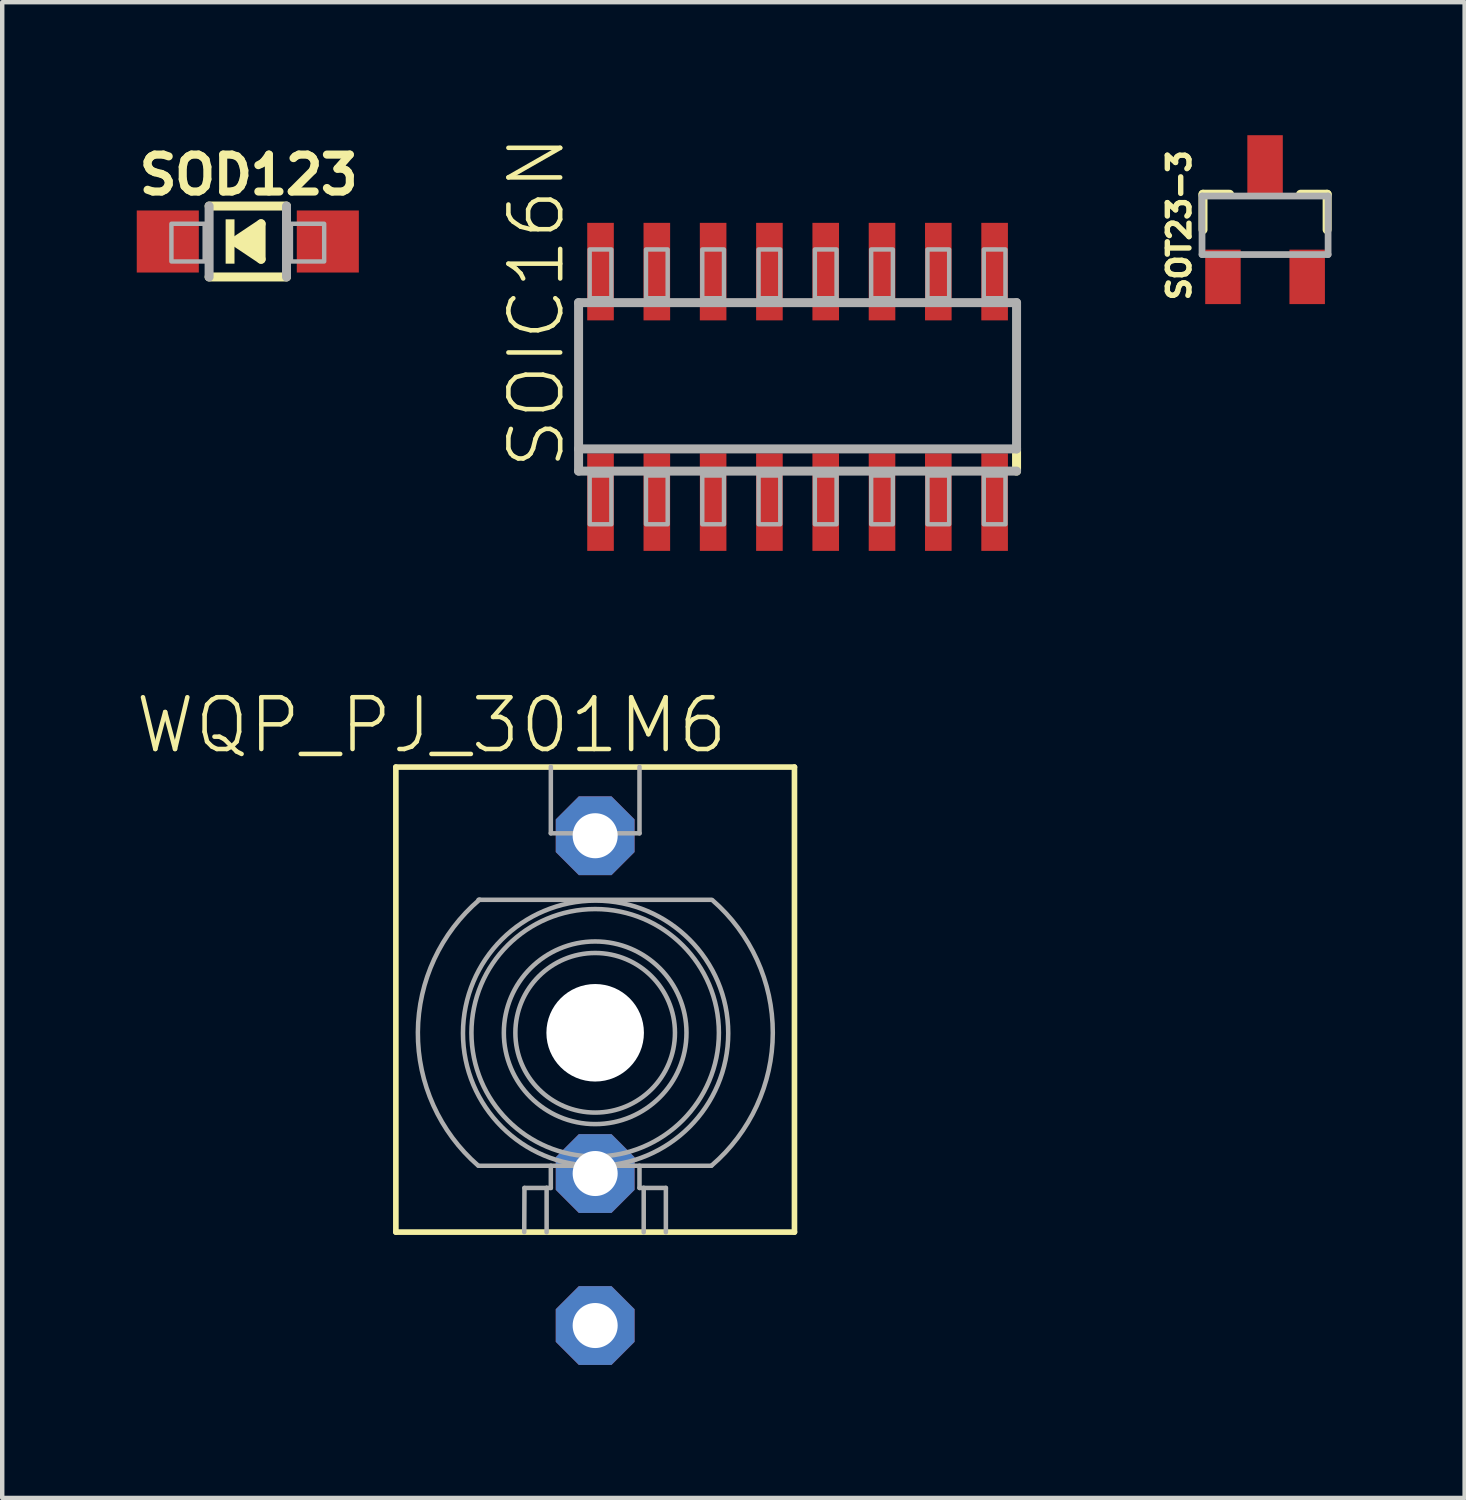
<source format=kicad_pcb>
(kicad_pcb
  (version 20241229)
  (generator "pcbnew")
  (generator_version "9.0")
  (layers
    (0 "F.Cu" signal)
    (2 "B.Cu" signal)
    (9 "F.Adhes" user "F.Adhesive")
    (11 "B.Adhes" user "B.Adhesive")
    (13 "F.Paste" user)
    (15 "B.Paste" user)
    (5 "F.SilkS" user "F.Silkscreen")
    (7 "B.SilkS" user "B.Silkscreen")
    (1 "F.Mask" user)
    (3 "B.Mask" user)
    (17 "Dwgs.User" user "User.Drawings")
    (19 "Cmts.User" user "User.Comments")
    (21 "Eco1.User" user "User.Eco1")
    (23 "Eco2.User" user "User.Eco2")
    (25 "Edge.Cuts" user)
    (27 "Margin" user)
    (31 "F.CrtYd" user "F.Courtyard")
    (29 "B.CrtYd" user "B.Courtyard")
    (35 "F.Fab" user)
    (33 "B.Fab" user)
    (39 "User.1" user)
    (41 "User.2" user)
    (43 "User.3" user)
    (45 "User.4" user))
  (footprint "SOT23-3"
    (layer "F.Cu")
    (at 25.488 2.032)
    (property "Reference" "SOT23-3" (at -1.651 0 90) (layer "F.SilkS") (effects (font (size 0.488 0.488) (thickness 0.122)) (justify bottom)))
    (fp_line (start -1.4 -0.7) (end -1.4 0.1) (stroke (width 0.203) (type solid)) (layer "F.SilkS"))
    (fp_line (start -0.8 -0.7) (end -1.4 -0.7) (stroke (width 0.203) (type solid)) (layer "F.SilkS"))
    (fp_line (start 0.8 -0.7) (end 1.4 -0.7) (stroke (width 0.203) (type solid)) (layer "F.SilkS"))
    (fp_line (start 1.4 -0.7) (end 1.4 0.1) (stroke (width 0.203) (type solid)) (layer "F.SilkS"))
    (fp_line (start -1.422 -0.66) (end 1.422 -0.66) (stroke (width 0.152) (type solid)) (layer "F.Fab"))
    (fp_line (start -1.422 0.66) (end -1.422 -0.66) (stroke (width 0.152) (type solid)) (layer "F.Fab"))
    (fp_line (start 1.422 -0.66) (end 1.422 0.66) (stroke (width 0.152) (type solid)) (layer "F.Fab"))
    (fp_line (start 1.422 0.66) (end -1.422 0.66) (stroke (width 0.152) (type solid)) (layer "F.Fab"))
    (pad "1" smd rect (at -0.95 1.164) (size 0.8 1.228) (layers "F.Cu" "F.Mask" "F.Paste"))
    (pad "2" smd rect (at 0.95 1.164) (size 0.8 1.228) (layers "F.Cu" "F.Mask" "F.Paste"))
    (pad "3" smd rect (at 0 -1.341) (size 0.8 1.382) (layers "F.Cu" "F.Mask" "F.Paste")))
  (footprint "SOD123"
    (layer "F.Cu")
    (at 2.54 2.398)
    (property "Reference" "SOD123" (at -2.54 -1.016 0) (layer "F.SilkS") (effects (font (size 0.833 0.833) (thickness 0.183)) (justify left bottom)))
    (fp_line (start -0.873 -0.8) (end 0.873 -0.8) (stroke (width 0.203) (type solid)) (layer "F.SilkS"))
    (fp_line (start -0.3 0) (end 0.3 -0.4) (stroke (width 0.203) (type solid)) (layer "F.SilkS"))
    (fp_line (start 0.3 -0.4) (end 0.3 0.4) (stroke (width 0.203) (type solid)) (layer "F.SilkS"))
    (fp_line (start 0.3 0.4) (end -0.3 0) (stroke (width 0.203) (type solid)) (layer "F.SilkS"))
    (fp_line (start 0.873 0.8) (end -0.873 0.8) (stroke (width 0.203) (type solid)) (layer "F.SilkS"))
    (fp_poly (pts (xy 0.302 0.39) (xy -0.283 0) (xy 0.302 -0.39)) (stroke (width 0) (type solid)) (fill yes) (layer "F.SilkS"))
    (fp_poly (pts (xy -0.5 0.5) (xy -0.3 0.5) (xy -0.3 -0.5) (xy -0.5 -0.5)) (stroke (width 0) (type solid)) (fill yes) (layer "F.SilkS"))
    (fp_line (start -0.873 0.8) (end -0.873 -0.8) (stroke (width 0.203) (type solid)) (layer "F.Fab"))
    (fp_line (start 0.873 -0.8) (end 0.873 0.8) (stroke (width 0.203) (type solid)) (layer "F.Fab"))
    (fp_poly (pts (xy -1.723 0.45) (xy -0.973 0.45) (xy -0.973 -0.4) (xy -1.723 -0.4)) (stroke (width 0.1) (type solid)) (fill no) (layer "F.Fab"))
    (fp_poly (pts (xy 0.973 0.45) (xy 1.723 0.45) (xy 1.723 -0.4) (xy 0.973 -0.4)) (stroke (width 0.1) (type solid)) (fill no) (layer "F.Fab"))
    (pad "A" smd rect (at 1.805 0) (size 1.4 1.4) (layers "F.Cu" "F.Mask" "F.Paste"))
    (pad "C" smd rect (at -1.805 0) (size 1.4 1.4) (layers "F.Cu" "F.Mask" "F.Paste")))
  (footprint "SOIC16N"
    (layer "F.Cu")
    (at 14.942 5.677)
    (property "Reference" "SOIC16N" (at -5.207 1.905 90) (layer "F.SilkS") (effects (font (size 1.168 1.168) (thickness 0.102)) (justify left bottom)))
    (fp_line (start 4.94 1.4) (end 4.94 1.9) (stroke (width 0.203) (type solid)) (layer "F.SilkS"))
    (fp_line (start -4.94 -1.9) (end 4.94 -1.9) (stroke (width 0.203) (type solid)) (layer "F.Fab"))
    (fp_line (start -4.94 1.4) (end -4.94 -1.9) (stroke (width 0.203) (type solid)) (layer "F.Fab"))
    (fp_line (start -4.94 1.9) (end -4.94 1.4) (stroke (width 0.203) (type solid)) (layer "F.Fab"))
    (fp_line (start 4.94 -1.9) (end 4.94 1.4) (stroke (width 0.203) (type solid)) (layer "F.Fab"))
    (fp_line (start 4.94 1.4) (end -4.94 1.4) (stroke (width 0.203) (type solid)) (layer "F.Fab"))
    (fp_line (start 4.94 1.9) (end -4.94 1.9) (stroke (width 0.203) (type solid)) (layer "F.Fab"))
    (fp_poly (pts (xy -4.69 -2) (xy -4.2 -2) (xy -4.2 -3.1) (xy -4.69 -3.1)) (stroke (width 0.1) (type solid)) (fill no) (layer "F.Fab"))
    (fp_poly (pts (xy -4.69 3.1) (xy -4.2 3.1) (xy -4.2 2) (xy -4.69 2)) (stroke (width 0.1) (type solid)) (fill no) (layer "F.Fab"))
    (fp_poly (pts (xy -3.42 -2) (xy -2.93 -2) (xy -2.93 -3.1) (xy -3.42 -3.1)) (stroke (width 0.1) (type solid)) (fill no) (layer "F.Fab"))
    (fp_poly (pts (xy -3.42 3.1) (xy -2.93 3.1) (xy -2.93 2) (xy -3.42 2)) (stroke (width 0.1) (type solid)) (fill no) (layer "F.Fab"))
    (fp_poly (pts (xy -2.15 -2) (xy -1.66 -2) (xy -1.66 -3.1) (xy -2.15 -3.1)) (stroke (width 0.1) (type solid)) (fill no) (layer "F.Fab"))
    (fp_poly (pts (xy -2.15 3.1) (xy -1.66 3.1) (xy -1.66 2) (xy -2.15 2)) (stroke (width 0.1) (type solid)) (fill no) (layer "F.Fab"))
    (fp_poly (pts (xy -0.88 -2) (xy -0.39 -2) (xy -0.39 -3.1) (xy -0.88 -3.1)) (stroke (width 0.1) (type solid)) (fill no) (layer "F.Fab"))
    (fp_poly (pts (xy -0.88 3.1) (xy -0.39 3.1) (xy -0.39 2) (xy -0.88 2)) (stroke (width 0.1) (type solid)) (fill no) (layer "F.Fab"))
    (fp_poly (pts (xy 0.39 -2) (xy 0.88 -2) (xy 0.88 -3.1) (xy 0.39 -3.1)) (stroke (width 0.1) (type solid)) (fill no) (layer "F.Fab"))
    (fp_poly (pts (xy 0.39 3.1) (xy 0.88 3.1) (xy 0.88 2) (xy 0.39 2)) (stroke (width 0.1) (type solid)) (fill no) (layer "F.Fab"))
    (fp_poly (pts (xy 1.66 -2) (xy 2.15 -2) (xy 2.15 -3.1) (xy 1.66 -3.1)) (stroke (width 0.1) (type solid)) (fill no) (layer "F.Fab"))
    (fp_poly (pts (xy 1.66 3.1) (xy 2.15 3.1) (xy 2.15 2) (xy 1.66 2)) (stroke (width 0.1) (type solid)) (fill no) (layer "F.Fab"))
    (fp_poly (pts (xy 2.93 -2) (xy 3.42 -2) (xy 3.42 -3.1) (xy 2.93 -3.1)) (stroke (width 0.1) (type solid)) (fill no) (layer "F.Fab"))
    (fp_poly (pts (xy 2.93 3.1) (xy 3.42 3.1) (xy 3.42 2) (xy 2.93 2)) (stroke (width 0.1) (type solid)) (fill no) (layer "F.Fab"))
    (fp_poly (pts (xy 4.2 -2) (xy 4.69 -2) (xy 4.69 -3.1) (xy 4.2 -3.1)) (stroke (width 0.1) (type solid)) (fill no) (layer "F.Fab"))
    (fp_poly (pts (xy 4.2 3.1) (xy 4.69 3.1) (xy 4.69 2) (xy 4.2 2)) (stroke (width 0.1) (type solid)) (fill no) (layer "F.Fab"))
    (pad "1" smd rect (at -4.445 2.6) (size 0.6 2.2) (layers "F.Cu" "F.Mask" "F.Paste"))
    (pad "2" smd rect (at -3.175 2.6) (size 0.6 2.2) (layers "F.Cu" "F.Mask" "F.Paste"))
    (pad "3" smd rect (at -1.905 2.6) (size 0.6 2.2) (layers "F.Cu" "F.Mask" "F.Paste"))
    (pad "4" smd rect (at -0.635 2.6) (size 0.6 2.2) (layers "F.Cu" "F.Mask" "F.Paste"))
    (pad "5" smd rect (at 0.635 2.6) (size 0.6 2.2) (layers "F.Cu" "F.Mask" "F.Paste"))
    (pad "6" smd rect (at 1.905 2.6) (size 0.6 2.2) (layers "F.Cu" "F.Mask" "F.Paste"))
    (pad "7" smd rect (at 3.175 2.6) (size 0.6 2.2) (layers "F.Cu" "F.Mask" "F.Paste"))
    (pad "8" smd rect (at 4.445 2.6) (size 0.6 2.2) (layers "F.Cu" "F.Mask" "F.Paste"))
    (pad "9" smd rect (at 4.445 -2.6) (size 0.6 2.2) (layers "F.Cu" "F.Mask" "F.Paste"))
    (pad "10" smd rect (at 3.175 -2.6) (size 0.6 2.2) (layers "F.Cu" "F.Mask" "F.Paste"))
    (pad "11" smd rect (at 1.905 -2.6) (size 0.6 2.2) (layers "F.Cu" "F.Mask" "F.Paste"))
    (pad "12" smd rect (at 0.635 -2.6) (size 0.6 2.2) (layers "F.Cu" "F.Mask" "F.Paste"))
    (pad "13" smd rect (at -0.635 -2.6) (size 0.6 2.2) (layers "F.Cu" "F.Mask" "F.Paste"))
    (pad "14" smd rect (at -1.905 -2.6) (size 0.6 2.2) (layers "F.Cu" "F.Mask" "F.Paste"))
    (pad "15" smd rect (at -3.175 -2.6) (size 0.6 2.2) (layers "F.Cu" "F.Mask" "F.Paste"))
    (pad "16" smd rect (at -4.445 -2.6) (size 0.6 2.2) (layers "F.Cu" "F.Mask" "F.Paste")))
  (footprint "WQP_PJ_301M6"
    (layer "F.Cu")
    (at 10.376 20.248)
    (property "Reference" "WQP_PJ_301M6" (at 3.048 -7.62 0) (layer "F.SilkS") (effects (font (size 1.168 1.168) (thickness 0.102)) (justify right top)))
    (fp_line (start -4.496 -5.994) (end 4.496 -5.994) (stroke (width 0.127) (type solid)) (layer "F.SilkS"))
    (fp_line (start -4.496 4.496) (end -4.496 -5.994) (stroke (width 0.127) (type solid)) (layer "F.SilkS"))
    (fp_line (start 4.496 -5.994) (end 4.496 4.496) (stroke (width 0.127) (type solid)) (layer "F.SilkS"))
    (fp_line (start 4.496 4.496) (end -4.496 4.496) (stroke (width 0.127) (type solid)) (layer "F.SilkS"))
    (fp_line (start -2.631 -3) (end 2.62 -3) (stroke (width 0.102) (type solid)) (layer "F.Fab"))
    (fp_line (start -2.631 3) (end 2.62 3) (stroke (width 0.102) (type solid)) (layer "F.Fab"))
    (fp_line (start -1.6 4.496) (end -1.595 3.5) (stroke (width 0.102) (type solid)) (layer "F.Fab"))
    (fp_line (start -1.595 3.5) (end -1.095 3.5) (stroke (width 0.102) (type solid)) (layer "F.Fab"))
    (fp_line (start -1.095 3.5) (end -1.095 4.5) (stroke (width 0.102) (type solid)) (layer "F.Fab"))
    (fp_line (start -1.095 3.5) (end -1 3.5) (stroke (width 0.102) (type solid)) (layer "F.Fab"))
    (fp_line (start -1 -4.5) (end -1 -6) (stroke (width 0.102) (type solid)) (layer "F.Fab"))
    (fp_line (start -1 0) (end 1 0) (stroke (width 0.102) (type solid)) (layer "F.Fab"))
    (fp_line (start -1 3.5) (end -1 3) (stroke (width 0.102) (type solid)) (layer "F.Fab"))
    (fp_line (start -0.508 0) (end 0.508 0) (stroke (width 0.12) (type solid)) (layer "F.Fab"))
    (fp_line (start 0 -1) (end 0 1) (stroke (width 0.102) (type solid)) (layer "F.Fab"))
    (fp_line (start 0 -0.508) (end 0 0.508) (stroke (width 0.12) (type solid)) (layer "F.Fab"))
    (fp_line (start 1 -6) (end 1 -4.5) (stroke (width 0.102) (type solid)) (layer "F.Fab"))
    (fp_line (start 1 -4.5) (end -1 -4.5) (stroke (width 0.102) (type solid)) (layer "F.Fab"))
    (fp_line (start 1 3) (end 1 3.5) (stroke (width 0.102) (type solid)) (layer "F.Fab"))
    (fp_line (start 1 3.5) (end 1.095 3.5) (stroke (width 0.102) (type solid)) (layer "F.Fab"))
    (fp_line (start 1.095 3.5) (end 1.095 4.5) (stroke (width 0.102) (type solid)) (layer "F.Fab"))
    (fp_line (start 1.095 3.5) (end 1.595 3.5) (stroke (width 0.102) (type solid)) (layer "F.Fab"))
    (fp_line (start 1.595 3.5) (end 1.595 4.5) (stroke (width 0.102) (type solid)) (layer "F.Fab"))
    (fp_arc (start -2.641998 2.994) (mid -3.999529 -0.012791) (end -2.608 -3.004) (stroke (width 0.1016) (type solid)) (layer "F.Fab"))
    (fp_arc (start 2.642 -2.994) (mid 4.007235 0.003208) (end 2.628 2.994) (stroke (width 0.1016) (type solid)) (layer "F.Fab"))
    (fp_circle (center 0 0) (end 1.8 0) (stroke (width 0.102) (type solid)) (fill no) (layer "F.Fab"))
    (fp_circle (center 0 0) (end 2.06 0) (stroke (width 0.102) (type solid)) (fill no) (layer "F.Fab"))
    (fp_circle (center 0 0) (end 2.791 0) (stroke (width 0.102) (type solid)) (fill no) (layer "F.Fab"))
    (fp_circle (center 0.01 0.01) (end 3.002 0.01) (stroke (width 0.102) (type solid)) (fill no) (layer "F.Fab"))
    (fp_line (start -0.508 0) (end 0.508 0) (stroke (width 0.12) (type solid)) (layer "User.4"))
    (fp_line (start 0 -0.508) (end 0 0.508) (stroke (width 0.12) (type solid)) (layer "User.4"))
    (pad "" np_thru_hole circle (at 0 0) (size 2.2 2.2) (drill 2.2) (layers "*.Cu" "*.Mask"))
    (pad "P1" thru_hole roundrect (at 0 6.604) (size 1.778 1.778) (drill 1.016) (layers "*.Cu" "*.Mask") (roundrect_rratio 0.25) (chamfer_ratio 0.293) (chamfer top_left top_right bottom_left bottom_right))
    (pad "P2" thru_hole roundrect (at 0 3.175) (size 1.778 1.778) (drill 1.016) (layers "*.Cu" "*.Mask") (roundrect_rratio 0.25) (chamfer_ratio 0.293) (chamfer top_left top_right bottom_left bottom_right))
    (pad "P3" thru_hole roundrect (at 0 -4.445) (size 1.778 1.778) (drill 1.016) (layers "*.Cu" "*.Mask") (roundrect_rratio 0.25) (chamfer_ratio 0.293) (chamfer top_left top_right bottom_left bottom_right)))
  (gr_rect
    (start -3 -3)
    (end 29.99 30.741)
    (stroke (width 0.1) (type default))
    (fill no)
    (layer "Edge.Cuts")))
</source>
